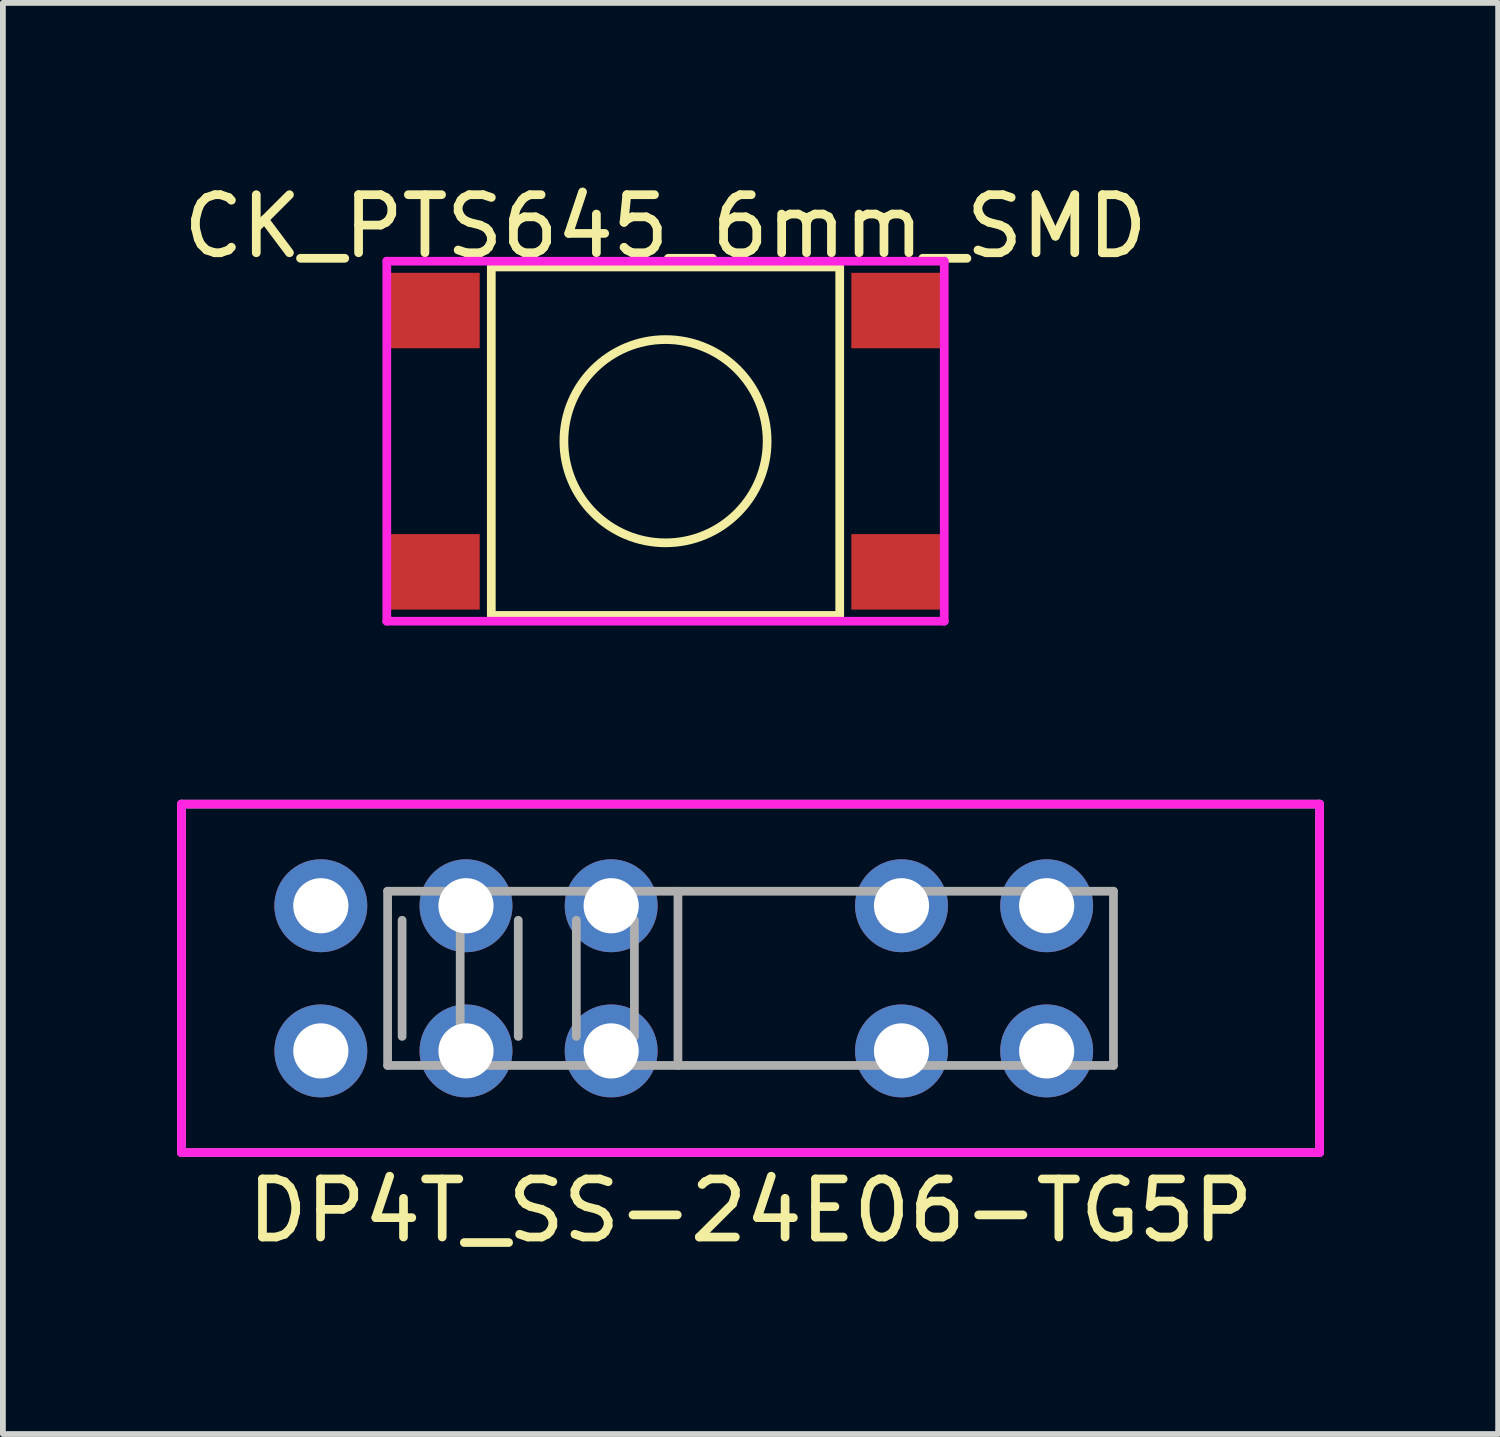
<source format=kicad_pcb>
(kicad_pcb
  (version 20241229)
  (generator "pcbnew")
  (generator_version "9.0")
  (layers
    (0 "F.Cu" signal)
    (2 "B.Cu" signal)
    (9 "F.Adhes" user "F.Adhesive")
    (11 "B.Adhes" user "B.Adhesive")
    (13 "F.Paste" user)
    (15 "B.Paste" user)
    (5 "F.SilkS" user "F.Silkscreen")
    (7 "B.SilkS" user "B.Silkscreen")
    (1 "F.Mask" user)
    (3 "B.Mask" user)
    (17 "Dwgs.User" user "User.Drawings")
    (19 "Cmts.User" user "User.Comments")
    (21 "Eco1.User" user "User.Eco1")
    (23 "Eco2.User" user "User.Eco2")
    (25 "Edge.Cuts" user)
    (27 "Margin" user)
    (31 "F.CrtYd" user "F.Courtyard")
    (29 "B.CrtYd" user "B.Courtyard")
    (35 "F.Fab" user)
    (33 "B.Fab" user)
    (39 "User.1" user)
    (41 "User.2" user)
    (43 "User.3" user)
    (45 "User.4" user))
  (footprint "DP4T_SS-24E06-TG5P"
    (layer "F.Cu")
    (at 9.875 13.798)
    (property "Reference" "DP4T_SS-24E06-TG5P" (at 0 4 0) (layer "F.SilkS") (effects (font (size 1 1) (thickness 0.15))))
    (attr through_hole)
    (fp_line (start -9.8 -3) (end 9.8 -3) (stroke (width 0.15) (type solid)) (layer "F.CrtYd"))
    (fp_line (start -9.8 3) (end -9.8 -3) (stroke (width 0.15) (type solid)) (layer "F.CrtYd"))
    (fp_line (start 9.8 -3) (end 9.8 3) (stroke (width 0.15) (type solid)) (layer "F.CrtYd"))
    (fp_line (start 9.8 3) (end -9.8 3) (stroke (width 0.15) (type solid)) (layer "F.CrtYd"))
    (fp_line (start -9.8 -3) (end 9.8 -3) (stroke (width 0.15) (type solid)) (layer "F.Fab"))
    (fp_line (start -9.8 3) (end -9.8 -3) (stroke (width 0.15) (type solid)) (layer "F.Fab"))
    (fp_line (start -6.25 -1.5) (end -6.25 1.5) (stroke (width 0.15) (type solid)) (layer "F.Fab"))
    (fp_line (start -6.25 1.5) (end 6.25 1.5) (stroke (width 0.15) (type solid)) (layer "F.Fab"))
    (fp_line (start -6 1) (end -6 -1) (stroke (width 0.15) (type solid)) (layer "F.Fab"))
    (fp_line (start -5 1) (end -5 -1) (stroke (width 0.15) (type solid)) (layer "F.Fab"))
    (fp_line (start -4 1) (end -4 -1) (stroke (width 0.15) (type solid)) (layer "F.Fab"))
    (fp_line (start -3 1) (end -3 -1) (stroke (width 0.15) (type solid)) (layer "F.Fab"))
    (fp_line (start -2 1) (end -2 -1) (stroke (width 0.15) (type solid)) (layer "F.Fab"))
    (fp_line (start -1.25 1.5) (end -1.25 -1.5) (stroke (width 0.15) (type solid)) (layer "F.Fab"))
    (fp_line (start 6.25 -1.5) (end -6.25 -1.5) (stroke (width 0.15) (type solid)) (layer "F.Fab"))
    (fp_line (start 6.25 1.5) (end 6.25 -1.5) (stroke (width 0.15) (type solid)) (layer "F.Fab"))
    (fp_line (start 9.8 -3) (end 9.8 3) (stroke (width 0.15) (type solid)) (layer "F.Fab"))
    (fp_line (start 9.8 3) (end -9.8 3) (stroke (width 0.15) (type solid)) (layer "F.Fab"))
    (pad "1" thru_hole circle (at -7.4 1.25) (size 1.6 1.6) (drill 0.95) (layers "*.Cu" "*.Mask"))
    (pad "2" thru_hole circle (at -4.9 1.25) (size 1.6 1.6) (drill 0.95) (layers "*.Cu" "*.Mask"))
    (pad "3" thru_hole circle (at -2.4 1.25) (size 1.6 1.6) (drill 0.95) (layers "*.Cu" "*.Mask"))
    (pad "5" thru_hole circle (at 2.6 1.25) (size 1.6 1.6) (drill 0.95) (layers "*.Cu" "*.Mask"))
    (pad "6" thru_hole circle (at 5.1 1.25) (size 1.6 1.6) (drill 0.95) (layers "*.Cu" "*.Mask"))
    (pad "7" thru_hole circle (at 5.1 -1.25) (size 1.6 1.6) (drill 0.95) (layers "*.Cu" "*.Mask"))
    (pad "8" thru_hole circle (at 2.6 -1.25) (size 1.6 1.6) (drill 0.95) (layers "*.Cu" "*.Mask"))
    (pad "10" thru_hole circle (at -2.4 -1.25) (size 1.6 1.6) (drill 0.95) (layers "*.Cu" "*.Mask"))
    (pad "11" thru_hole circle (at -4.9 -1.25) (size 1.6 1.6) (drill 0.95) (layers "*.Cu" "*.Mask"))
    (pad "12" thru_hole circle (at -7.4 -1.25) (size 1.6 1.6) (drill 0.95) (layers "*.Cu" "*.Mask")))
  (footprint "CK_PTS645_6mm_SMD"
    (layer "F.Cu")
    (at 8.411 4.548)
    (property "Reference" "CK_PTS645_6mm_SMD" (at 0 -3.7 0) (layer "F.SilkS") (effects (font (size 1 1) (thickness 0.15))))
    (attr through_hole)
    (fp_line (start -3 -3) (end 3 -3) (stroke (width 0.15) (type solid)) (layer "F.SilkS"))
    (fp_line (start -3 3) (end -3 -3) (stroke (width 0.15) (type solid)) (layer "F.SilkS"))
    (fp_line (start 3 -3) (end 3 3) (stroke (width 0.15) (type solid)) (layer "F.SilkS"))
    (fp_line (start 3 3) (end -3 3) (stroke (width 0.15) (type solid)) (layer "F.SilkS"))
    (fp_circle (center 0 0) (end 1.75 0) (stroke (width 0.15) (type solid)) (fill no) (layer "F.SilkS"))
    (fp_line (start -4.8 -3.1) (end 4.8 -3.1) (stroke (width 0.15) (type solid)) (layer "F.CrtYd"))
    (fp_line (start -4.8 3.1) (end -4.8 -3.1) (stroke (width 0.15) (type solid)) (layer "F.CrtYd"))
    (fp_line (start 4.8 -3.1) (end 4.8 3.1) (stroke (width 0.15) (type solid)) (layer "F.CrtYd"))
    (fp_line (start 4.8 3.1) (end -4.8 3.1) (stroke (width 0.15) (type solid)) (layer "F.CrtYd"))
    (pad "1" smd rect (at -3.975 -2.25) (size 1.55 1.3) (layers "F.Cu" "F.Mask" "F.Paste"))
    (pad "2" smd rect (at 3.975 -2.25) (size 1.55 1.3) (layers "F.Cu" "F.Mask" "F.Paste"))
    (pad "3" smd rect (at -3.975 2.25) (size 1.55 1.3) (layers "F.Cu" "F.Mask" "F.Paste"))
    (pad "4" smd rect (at 3.975 2.25) (size 1.55 1.3) (layers "F.Cu" "F.Mask" "F.Paste")))
  (gr_rect
    (start -3 -3)
    (end 22.75 21.646)
    (stroke (width 0.1) (type default))
    (fill no)
    (layer "Edge.Cuts")))
</source>
